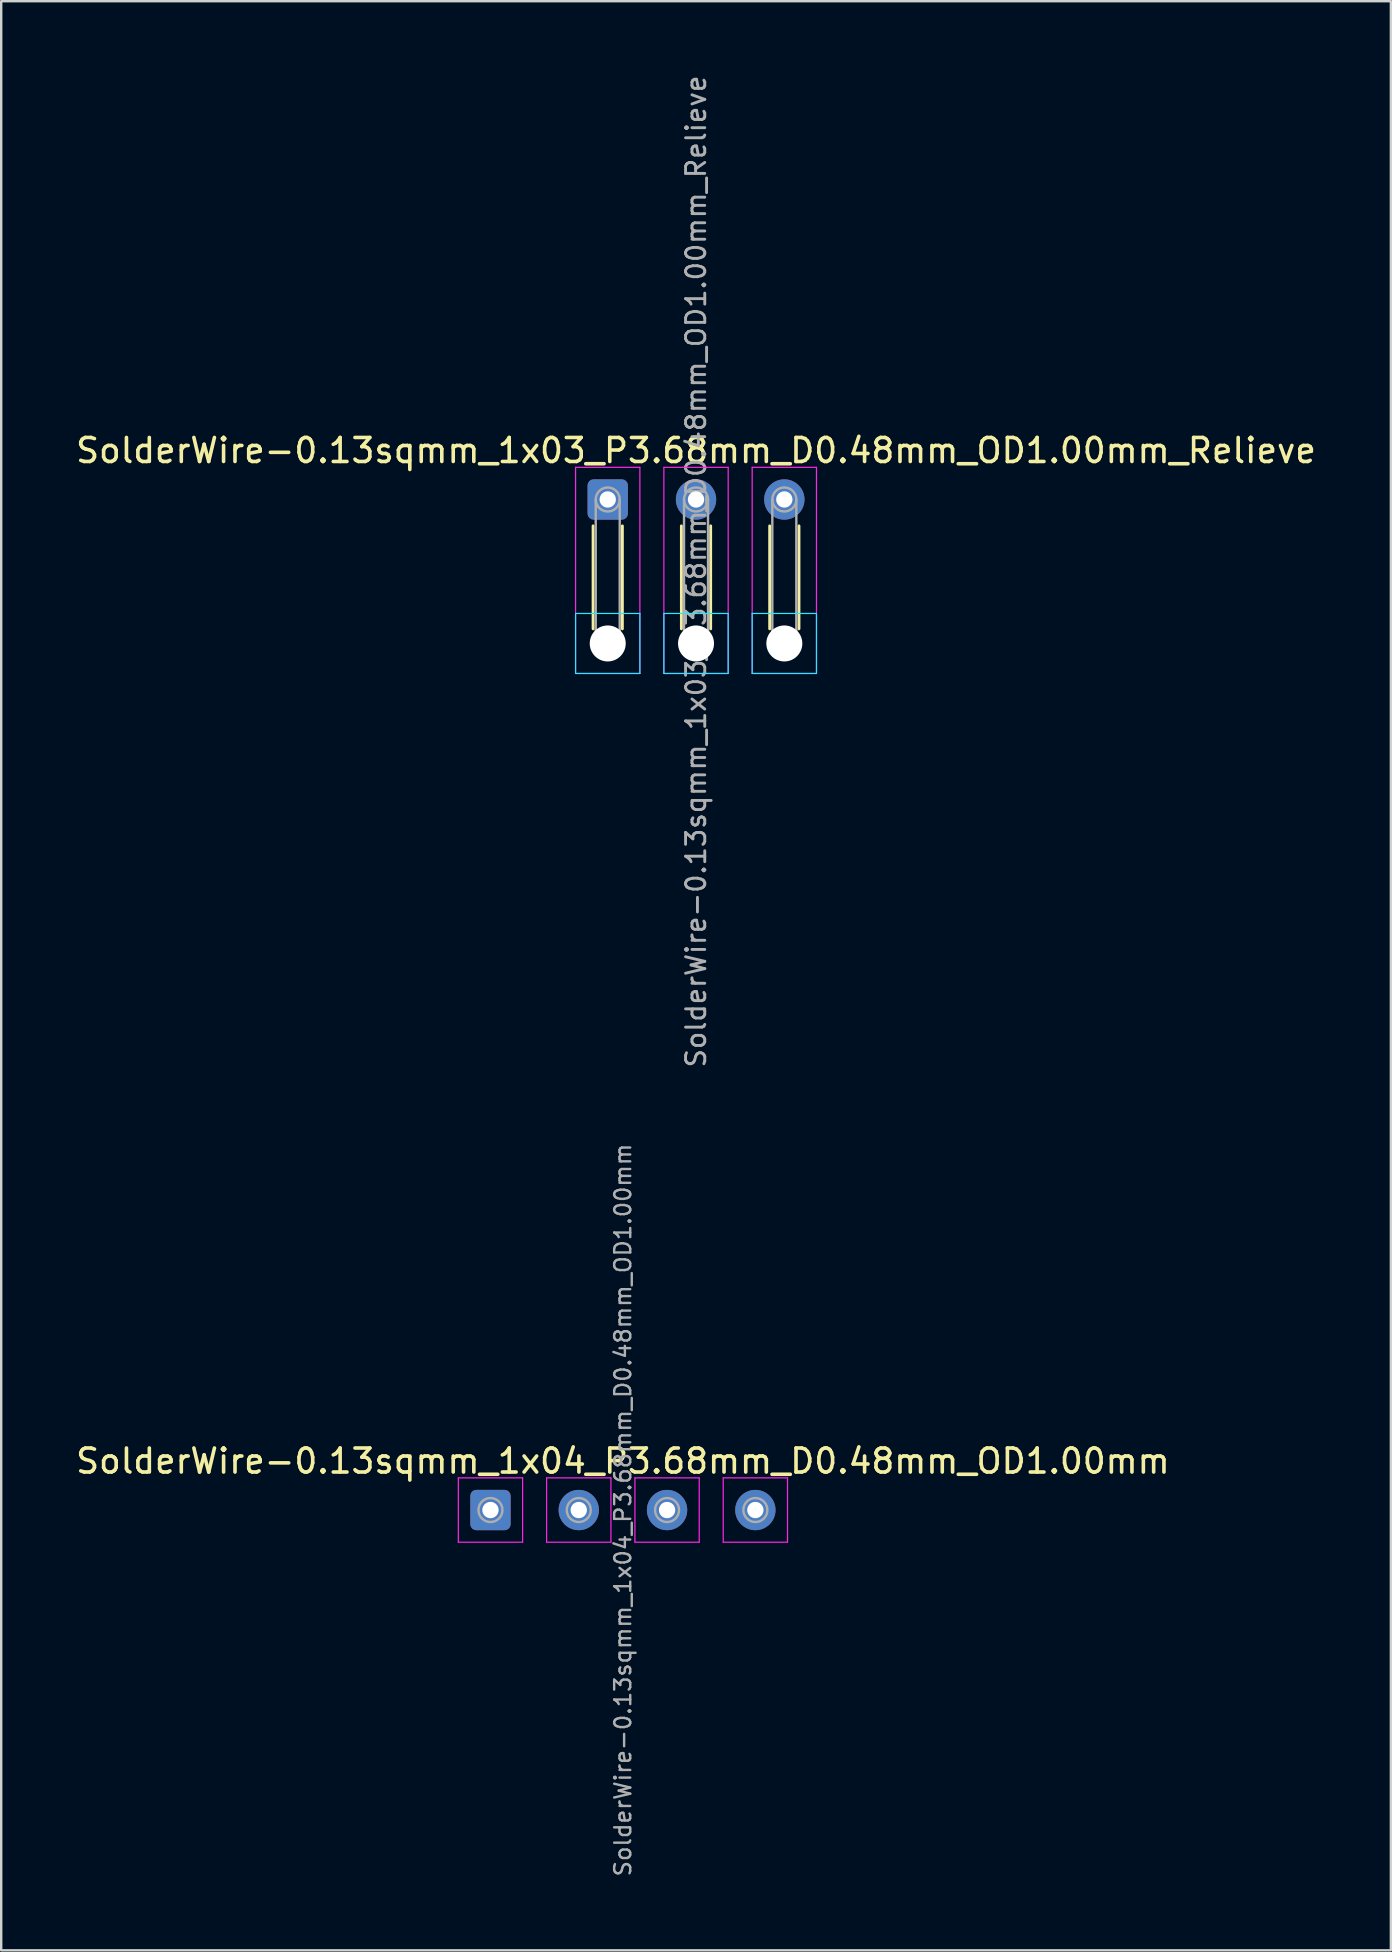
<source format=kicad_pcb>
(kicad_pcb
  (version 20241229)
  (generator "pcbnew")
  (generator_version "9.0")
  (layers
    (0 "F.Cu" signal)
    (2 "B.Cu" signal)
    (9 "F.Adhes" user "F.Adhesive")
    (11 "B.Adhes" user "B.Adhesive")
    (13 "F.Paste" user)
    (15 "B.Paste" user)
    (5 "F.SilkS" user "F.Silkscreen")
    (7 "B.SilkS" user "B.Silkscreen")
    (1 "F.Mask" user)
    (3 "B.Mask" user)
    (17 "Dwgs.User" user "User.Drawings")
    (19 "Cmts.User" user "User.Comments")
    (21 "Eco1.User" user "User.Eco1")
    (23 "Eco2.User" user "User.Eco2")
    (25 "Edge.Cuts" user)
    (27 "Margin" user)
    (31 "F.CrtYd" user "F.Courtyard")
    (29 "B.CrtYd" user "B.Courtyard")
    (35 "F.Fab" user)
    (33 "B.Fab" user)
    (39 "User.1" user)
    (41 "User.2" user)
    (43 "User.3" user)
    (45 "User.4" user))
  (footprint "SolderWire-0.13sqmm_1x03_P3.68mm_D0.48mm_OD1.00mm_Relieve"
    (layer "F.Cu")
    (at 22.278 17.767)
    (property "Reference" "SolderWire-0.13sqmm_1x03_P3.68mm_D0.48mm_OD1.00mm_Relieve" (at 3.68 -2.04 0) (layer "F.SilkS") (effects (font (size 1 1) (thickness 0.15))))
    (attr exclude_from_pos_files exclude_from_bom)
    (fp_line (start -0.61 1.1) (end -0.61 5.39) (stroke (width 0.12) (type solid)) (layer "F.SilkS"))
    (fp_line (start 0.61 1.1) (end 0.61 5.39) (stroke (width 0.12) (type solid)) (layer "F.SilkS"))
    (fp_line (start 3.07 1.1) (end 3.07 5.39) (stroke (width 0.12) (type solid)) (layer "F.SilkS"))
    (fp_line (start 4.29 1.1) (end 4.29 5.39) (stroke (width 0.12) (type solid)) (layer "F.SilkS"))
    (fp_line (start 6.75 1.1) (end 6.75 5.39) (stroke (width 0.12) (type solid)) (layer "F.SilkS"))
    (fp_line (start 7.97 1.1) (end 7.97 5.39) (stroke (width 0.12) (type solid)) (layer "F.SilkS"))
    (fp_line (start -1.34 4.75) (end -1.34 7.25) (stroke (width 0.05) (type solid)) (layer "B.CrtYd"))
    (fp_line (start -1.34 7.25) (end 1.34 7.25) (stroke (width 0.05) (type solid)) (layer "B.CrtYd"))
    (fp_line (start 1.34 4.75) (end -1.34 4.75) (stroke (width 0.05) (type solid)) (layer "B.CrtYd"))
    (fp_line (start 1.34 7.25) (end 1.34 4.75) (stroke (width 0.05) (type solid)) (layer "B.CrtYd"))
    (fp_line (start 2.34 4.75) (end 2.34 7.25) (stroke (width 0.05) (type solid)) (layer "B.CrtYd"))
    (fp_line (start 2.34 7.25) (end 5.02 7.25) (stroke (width 0.05) (type solid)) (layer "B.CrtYd"))
    (fp_line (start 5.02 4.75) (end 2.34 4.75) (stroke (width 0.05) (type solid)) (layer "B.CrtYd"))
    (fp_line (start 5.02 7.25) (end 5.02 4.75) (stroke (width 0.05) (type solid)) (layer "B.CrtYd"))
    (fp_line (start 6.02 4.75) (end 6.02 7.25) (stroke (width 0.05) (type solid)) (layer "B.CrtYd"))
    (fp_line (start 6.02 7.25) (end 8.7 7.25) (stroke (width 0.05) (type solid)) (layer "B.CrtYd"))
    (fp_line (start 8.7 4.75) (end 6.02 4.75) (stroke (width 0.05) (type solid)) (layer "B.CrtYd"))
    (fp_line (start 8.7 7.25) (end 8.7 4.75) (stroke (width 0.05) (type solid)) (layer "B.CrtYd"))
    (fp_line (start -1.34 -1.34) (end -1.34 7.25) (stroke (width 0.05) (type solid)) (layer "F.CrtYd"))
    (fp_line (start -1.34 7.25) (end 1.34 7.25) (stroke (width 0.05) (type solid)) (layer "F.CrtYd"))
    (fp_line (start 1.34 -1.34) (end -1.34 -1.34) (stroke (width 0.05) (type solid)) (layer "F.CrtYd"))
    (fp_line (start 1.34 7.25) (end 1.34 -1.34) (stroke (width 0.05) (type solid)) (layer "F.CrtYd"))
    (fp_line (start 2.34 -1.34) (end 2.34 7.25) (stroke (width 0.05) (type solid)) (layer "F.CrtYd"))
    (fp_line (start 2.34 7.25) (end 5.02 7.25) (stroke (width 0.05) (type solid)) (layer "F.CrtYd"))
    (fp_line (start 5.02 -1.34) (end 2.34 -1.34) (stroke (width 0.05) (type solid)) (layer "F.CrtYd"))
    (fp_line (start 5.02 7.25) (end 5.02 -1.34) (stroke (width 0.05) (type solid)) (layer "F.CrtYd"))
    (fp_line (start 6.02 -1.34) (end 6.02 7.25) (stroke (width 0.05) (type solid)) (layer "F.CrtYd"))
    (fp_line (start 6.02 7.25) (end 8.7 7.25) (stroke (width 0.05) (type solid)) (layer "F.CrtYd"))
    (fp_line (start 8.7 -1.34) (end 6.02 -1.34) (stroke (width 0.05) (type solid)) (layer "F.CrtYd"))
    (fp_line (start 8.7 7.25) (end 8.7 -1.34) (stroke (width 0.05) (type solid)) (layer "F.CrtYd"))
    (fp_line (start -0.5 0) (end -0.5 6) (stroke (width 0.1) (type solid)) (layer "F.Fab"))
    (fp_line (start 0.5 0) (end 0.5 6) (stroke (width 0.1) (type solid)) (layer "F.Fab"))
    (fp_line (start 3.18 0) (end 3.18 6) (stroke (width 0.1) (type solid)) (layer "F.Fab"))
    (fp_line (start 4.18 0) (end 4.18 6) (stroke (width 0.1) (type solid)) (layer "F.Fab"))
    (fp_line (start 6.86 0) (end 6.86 6) (stroke (width 0.1) (type solid)) (layer "F.Fab"))
    (fp_line (start 7.86 0) (end 7.86 6) (stroke (width 0.1) (type solid)) (layer "F.Fab"))
    (fp_circle (center 0 0) (end 0.5 0) (stroke (width 0.1) (type solid)) (fill no) (layer "F.Fab"))
    (fp_circle (center 0 6) (end 0.5 6) (stroke (width 0.1) (type solid)) (fill no) (layer "F.Fab"))
    (fp_circle (center 3.68 0) (end 4.18 0) (stroke (width 0.1) (type solid)) (fill no) (layer "F.Fab"))
    (fp_circle (center 3.68 6) (end 4.18 6) (stroke (width 0.1) (type solid)) (fill no) (layer "F.Fab"))
    (fp_circle (center 7.36 0) (end 7.86 0) (stroke (width 0.1) (type solid)) (fill no) (layer "F.Fab"))
    (fp_circle (center 7.36 6) (end 7.86 6) (stroke (width 0.1) (type solid)) (fill no) (layer "F.Fab"))
    (fp_text user "${REFERENCE}" (at 3.68 3 90) (layer "F.Fab") (effects (font (size 0.8 0.8) (thickness 0.12))))
    (pad "" np_thru_hole circle (at 0 6) (size 1.5 1.5) (drill 1.5) (layers "*.Cu" "*.Mask"))
    (pad "" np_thru_hole circle (at 3.68 6) (size 1.5 1.5) (drill 1.5) (layers "*.Cu" "*.Mask"))
    (pad "" np_thru_hole circle (at 7.36 6) (size 1.5 1.5) (drill 1.5) (layers "*.Cu" "*.Mask"))
    (pad "1" thru_hole roundrect (at 0 0) (size 1.68 1.68) (drill 0.68) (layers "*.Cu" "*.Mask") (roundrect_rratio 0.149))
    (pad "2" thru_hole circle (at 3.68 0) (size 1.68 1.68) (drill 0.68) (layers "*.Cu" "*.Mask"))
    (pad "3" thru_hole circle (at 7.36 0) (size 1.68 1.68) (drill 0.68) (layers "*.Cu" "*.Mask")))
  (footprint "SolderWire-0.13sqmm_1x04_P3.68mm_D0.48mm_OD1.00mm"
    (layer "F.Cu")
    (at 17.391 59.883)
    (property "Reference" "SolderWire-0.13sqmm_1x04_P3.68mm_D0.48mm_OD1.00mm" (at 5.52 -2.04 0) (layer "F.SilkS") (effects (font (size 1 1) (thickness 0.15))))
    (attr exclude_from_pos_files exclude_from_bom)
    (fp_line (start -1.34 -1.34) (end -1.34 1.34) (stroke (width 0.05) (type solid)) (layer "F.CrtYd"))
    (fp_line (start -1.34 1.34) (end 1.34 1.34) (stroke (width 0.05) (type solid)) (layer "F.CrtYd"))
    (fp_line (start 1.34 -1.34) (end -1.34 -1.34) (stroke (width 0.05) (type solid)) (layer "F.CrtYd"))
    (fp_line (start 1.34 1.34) (end 1.34 -1.34) (stroke (width 0.05) (type solid)) (layer "F.CrtYd"))
    (fp_line (start 2.34 -1.34) (end 2.34 1.34) (stroke (width 0.05) (type solid)) (layer "F.CrtYd"))
    (fp_line (start 2.34 1.34) (end 5.02 1.34) (stroke (width 0.05) (type solid)) (layer "F.CrtYd"))
    (fp_line (start 5.02 -1.34) (end 2.34 -1.34) (stroke (width 0.05) (type solid)) (layer "F.CrtYd"))
    (fp_line (start 5.02 1.34) (end 5.02 -1.34) (stroke (width 0.05) (type solid)) (layer "F.CrtYd"))
    (fp_line (start 6.02 -1.34) (end 6.02 1.34) (stroke (width 0.05) (type solid)) (layer "F.CrtYd"))
    (fp_line (start 6.02 1.34) (end 8.7 1.34) (stroke (width 0.05) (type solid)) (layer "F.CrtYd"))
    (fp_line (start 8.7 -1.34) (end 6.02 -1.34) (stroke (width 0.05) (type solid)) (layer "F.CrtYd"))
    (fp_line (start 8.7 1.34) (end 8.7 -1.34) (stroke (width 0.05) (type solid)) (layer "F.CrtYd"))
    (fp_line (start 9.7 -1.34) (end 9.7 1.34) (stroke (width 0.05) (type solid)) (layer "F.CrtYd"))
    (fp_line (start 9.7 1.34) (end 12.38 1.34) (stroke (width 0.05) (type solid)) (layer "F.CrtYd"))
    (fp_line (start 12.38 -1.34) (end 9.7 -1.34) (stroke (width 0.05) (type solid)) (layer "F.CrtYd"))
    (fp_line (start 12.38 1.34) (end 12.38 -1.34) (stroke (width 0.05) (type solid)) (layer "F.CrtYd"))
    (fp_circle (center 0 0) (end 0.5 0) (stroke (width 0.1) (type solid)) (fill no) (layer "F.Fab"))
    (fp_circle (center 3.68 0) (end 4.18 0) (stroke (width 0.1) (type solid)) (fill no) (layer "F.Fab"))
    (fp_circle (center 7.36 0) (end 7.86 0) (stroke (width 0.1) (type solid)) (fill no) (layer "F.Fab"))
    (fp_circle (center 11.04 0) (end 11.54 0) (stroke (width 0.1) (type solid)) (fill no) (layer "F.Fab"))
    (fp_text user "${REFERENCE}" (at 5.52 0 90) (layer "F.Fab") (effects (font (size 0.67 0.67) (thickness 0.1))))
    (pad "1" thru_hole roundrect (at 0 0) (size 1.68 1.68) (drill 0.68) (layers "*.Cu" "*.Mask") (roundrect_rratio 0.149))
    (pad "2" thru_hole circle (at 3.68 0) (size 1.68 1.68) (drill 0.68) (layers "*.Cu" "*.Mask"))
    (pad "3" thru_hole circle (at 7.36 0) (size 1.68 1.68) (drill 0.68) (layers "*.Cu" "*.Mask"))
    (pad "4" thru_hole circle (at 11.04 0) (size 1.68 1.68) (drill 0.68) (layers "*.Cu" "*.Mask")))
  (gr_rect
    (start -3 -3)
    (end 54.917 78.232)
    (stroke (width 0.1) (type default))
    (fill no)
    (layer "Edge.Cuts")))
</source>
